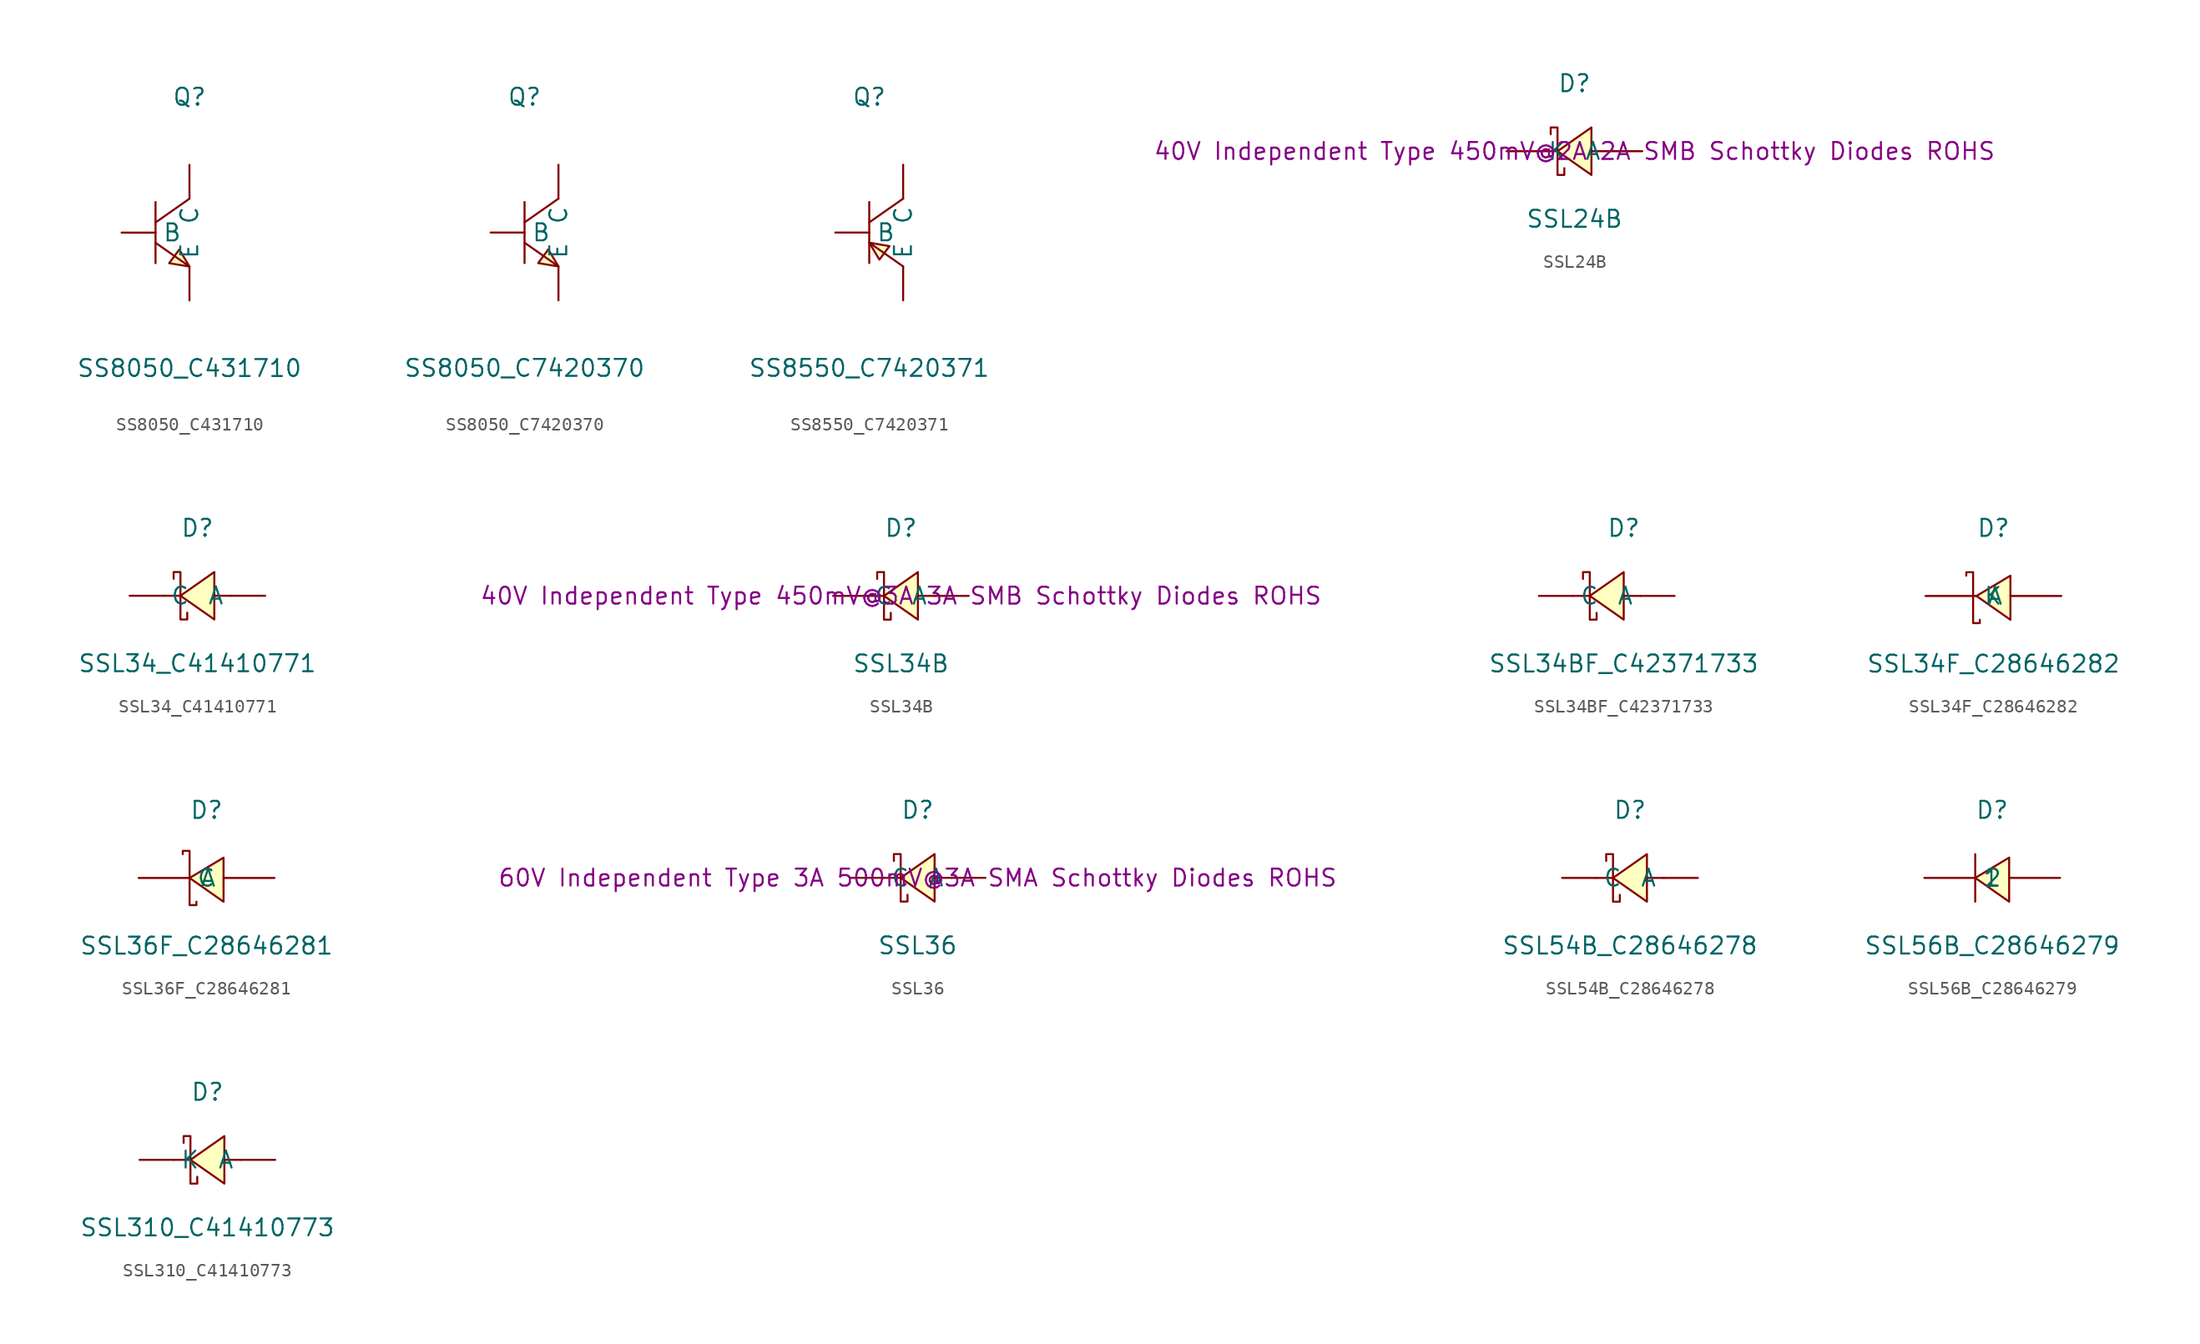
<source format=kicad_sym>
(kicad_symbol_lib
  (version 20241209)
  (generator "kicad_symbol_editor")
  (generator_version "9.0")
  (symbol "SS8050_C431710"
    (pin_numbers
      (hide yes))
    (property "Reference" "Q"
      (at 0 10.16 0)
      (effects (font (size 1.27 1.27))))
    (property "Value" "SS8050_C431710"
      (at 0 -10.16 0)
      (effects (font (size 1.27 1.27))))
    (symbol "SS8050_C431710_0_1"
      (polyline (pts (xy -2.54 2.29) (xy -2.54 -2.29)) (stroke (width 0) (type default)) (fill (type none)))
      (polyline (pts (xy -2.54 -0.76) (xy 0 -2.54)) (stroke (width 0) (type default)) (fill (type none)))
      (polyline (pts (xy 0 2.54) (xy -2.54 0.76)) (stroke (width 0) (type default)) (fill (type none)))
      (polyline (pts (xy 0 -2.54) (xy -0.76 -1.27) (xy -1.52 -2.29) (xy 0 -2.54)) (stroke (width 0) (type default)) (fill (type background)))
      (pin unspecified line (at -5.08 0 0) (length 2.54) (name "B" (effects (font (size 1.27 1.27)))) (number "1" (effects (font (size 1.27 1.27)))))
      (pin unspecified line (at 0 5.08 270) (length 2.54) (name "C" (effects (font (size 1.27 1.27)))) (number "3" (effects (font (size 1.27 1.27)))))
      (pin unspecified line (at 0 -5.08 90) (length 2.54) (name "E" (effects (font (size 1.27 1.27)))) (number "2" (effects (font (size 1.27 1.27)))))))
  (symbol "SS8050_C7420370"
    (pin_numbers
      (hide yes))
    (property "Reference" "Q"
      (at 0 10.16 0)
      (effects (font (size 1.27 1.27))))
    (property "Value" "SS8050_C7420370"
      (at 0 -10.16 0)
      (effects (font (size 1.27 1.27))))
    (symbol "SS8050_C7420370_0_1"
      (polyline (pts (xy 0 2.29) (xy 0 -2.29)) (stroke (width 0) (type default)) (fill (type none)))
      (polyline (pts (xy 0 -0.76) (xy 2.54 -2.54)) (stroke (width 0) (type default)) (fill (type none)))
      (polyline (pts (xy 2.54 2.54) (xy 0 0.76)) (stroke (width 0) (type default)) (fill (type none)))
      (polyline (pts (xy 2.54 -2.54) (xy 1.78 -1.27) (xy 1.02 -2.29) (xy 2.54 -2.54)) (stroke (width 0) (type default)) (fill (type background)))
      (pin input line (at -2.54 0 0) (length 2.54) (name "B" (effects (font (size 1.27 1.27)))) (number "1" (effects (font (size 1.27 1.27)))))
      (pin input line (at 2.54 5.08 270) (length 2.54) (name "C" (effects (font (size 1.27 1.27)))) (number "3" (effects (font (size 1.27 1.27)))))
      (pin input line (at 2.54 -5.08 90) (length 2.54) (name "E" (effects (font (size 1.27 1.27)))) (number "2" (effects (font (size 1.27 1.27)))))))
  (symbol "SS8550_C7420371"
    (pin_numbers
      (hide yes))
    (property "Reference" "Q"
      (at 0 10.16 0)
      (effects (font (size 1.27 1.27))))
    (property "Value" "SS8550_C7420371"
      (at 0 -10.16 0)
      (effects (font (size 1.27 1.27))))
    (symbol "SS8550_C7420371_0_1"
      (polyline (pts (xy 0 2.29) (xy 0 -2.29)) (stroke (width 0) (type default)) (fill (type none)))
      (polyline (pts (xy 0 -0.76) (xy 2.54 -2.54)) (stroke (width 0) (type default)) (fill (type none)))
      (polyline (pts (xy 0 -0.76) (xy 0.76 -2.03) (xy 1.52 -1.02) (xy 0 -0.76)) (stroke (width 0) (type default)) (fill (type background)))
      (polyline (pts (xy 2.54 2.54) (xy 0 0.76)) (stroke (width 0) (type default)) (fill (type none)))
      (pin unspecified line (at -2.54 0 0) (length 2.54) (name "B" (effects (font (size 1.27 1.27)))) (number "1" (effects (font (size 1.27 1.27)))))
      (pin unspecified line (at 2.54 5.08 270) (length 2.54) (name "C" (effects (font (size 1.27 1.27)))) (number "3" (effects (font (size 1.27 1.27)))))
      (pin unspecified line (at 2.54 -5.08 90) (length 2.54) (name "E" (effects (font (size 1.27 1.27)))) (number "2" (effects (font (size 1.27 1.27)))))))
  (symbol "SSL24B"
    (pin_numbers
      (hide yes))
    (property "Reference" "D"
      (at 0 5.08 0)
      (effects (font (size 1.27 1.27))))
    (property "Value" "SSL24B"
      (at 0 -5.08 0)
      (effects (font (size 1.27 1.27))))
    (property "Description" "40V Independent Type 450mV@2A 2A SMB Schottky Diodes ROHS"
      (at 0 0 0)
      (effects (font (size 1.27 1.27))))
    (symbol "SSL24B_0_1"
      (polyline (pts (xy -1.78 1.27) (xy -1.78 1.78) (xy -1.27 1.78) (xy -1.27 -1.78) (xy -0.76 -1.78) (xy -0.76 -1.27)) (stroke (width 0) (type default)) (fill (type none)))
      (polyline (pts (xy -1.27 0) (xy -2.54 0)) (stroke (width 0) (type default)) (fill (type none)))
      (polyline (pts (xy 1.27 1.78) (xy -1.27 0) (xy 1.27 -1.78) (xy 1.27 1.78)) (stroke (width 0) (type default)) (fill (type background)))
      (polyline (pts (xy 2.54 0) (xy 1.27 0)) (stroke (width 0) (type default)) (fill (type none)))
      (pin unspecified line (at -5.08 0 0) (length 2.54) (name "K" (effects (font (size 1.27 1.27)))) (number "1" (effects (font (size 1.27 1.27)))))
      (pin unspecified line (at 5.08 0 180) (length 2.54) (name "A" (effects (font (size 1.27 1.27)))) (number "2" (effects (font (size 1.27 1.27)))))))
  (symbol "SSL34_C41410771"
    (pin_numbers
      (hide yes))
    (property "Reference" "D"
      (at 0 5.08 0)
      (effects (font (size 1.27 1.27))))
    (property "Value" "SSL34_C41410771"
      (at 0 -5.08 0)
      (effects (font (size 1.27 1.27))))
    (symbol "SSL34_C41410771_0_1"
      (polyline (pts (xy -1.78 1.27) (xy -1.78 1.78) (xy -1.27 1.78) (xy -1.27 -1.78) (xy -0.76 -1.78) (xy -0.76 -1.27)) (stroke (width 0) (type default)) (fill (type none)))
      (polyline (pts (xy -1.27 0) (xy -2.54 0)) (stroke (width 0) (type default)) (fill (type none)))
      (polyline (pts (xy 1.27 1.78) (xy -1.27 0) (xy 1.27 -1.78) (xy 1.27 1.78)) (stroke (width 0) (type default)) (fill (type background)))
      (polyline (pts (xy 2.54 0) (xy 1.27 0)) (stroke (width 0) (type default)) (fill (type none)))
      (pin unspecified line (at -5.08 0 0) (length 2.54) (name "C" (effects (font (size 1.27 1.27)))) (number "1" (effects (font (size 1.27 1.27)))))
      (pin unspecified line (at 5.08 0 180) (length 2.54) (name "A" (effects (font (size 1.27 1.27)))) (number "2" (effects (font (size 1.27 1.27)))))))
  (symbol "SSL34B"
    (pin_numbers
      (hide yes))
    (property "Reference" "D"
      (at 0 5.08 0)
      (effects (font (size 1.27 1.27))))
    (property "Value" "SSL34B"
      (at 0 -5.08 0)
      (effects (font (size 1.27 1.27))))
    (property "Description" "40V Independent Type 450mV@3A 3A SMB Schottky Diodes ROHS"
      (at 0 0 0)
      (effects (font (size 1.27 1.27))))
    (symbol "SSL34B_0_1"
      (polyline (pts (xy -1.78 1.27) (xy -1.78 1.78) (xy -1.27 1.78) (xy -1.27 -1.78) (xy -0.76 -1.78) (xy -0.76 -1.27)) (stroke (width 0) (type default)) (fill (type none)))
      (polyline (pts (xy -1.27 0) (xy -2.54 0)) (stroke (width 0) (type default)) (fill (type none)))
      (polyline (pts (xy 1.27 1.78) (xy -1.27 0) (xy 1.27 -1.78) (xy 1.27 1.78)) (stroke (width 0) (type default)) (fill (type background)))
      (polyline (pts (xy 2.54 0) (xy 1.27 0)) (stroke (width 0) (type default)) (fill (type none)))
      (pin unspecified line (at -5.08 0 0) (length 2.54) (name "C" (effects (font (size 1.27 1.27)))) (number "1" (effects (font (size 1.27 1.27)))))
      (pin unspecified line (at 5.08 0 180) (length 2.54) (name "A" (effects (font (size 1.27 1.27)))) (number "2" (effects (font (size 1.27 1.27)))))))
  (symbol "SSL34BF_C42371733"
    (pin_numbers
      (hide yes))
    (property "Reference" "D"
      (at 0 5.08 0)
      (effects (font (size 1.27 1.27))))
    (property "Value" "SSL34BF_C42371733"
      (at 0 -5.08 0)
      (effects (font (size 1.27 1.27))))
    (symbol "SSL34BF_C42371733_0_1"
      (polyline (pts (xy -3.05 1.27) (xy -3.05 1.78) (xy -2.54 1.78) (xy -2.54 -1.78) (xy -2.03 -1.78) (xy -2.03 -1.27)) (stroke (width 0) (type default)) (fill (type none)))
      (polyline (pts (xy -2.54 0) (xy -3.81 0)) (stroke (width 0) (type default)) (fill (type none)))
      (polyline (pts (xy 0 1.78) (xy -2.54 0) (xy 0 -1.78) (xy 0 1.78)) (stroke (width 0) (type default)) (fill (type background)))
      (polyline (pts (xy 1.27 0) (xy 0 0)) (stroke (width 0) (type default)) (fill (type none)))
      (pin unspecified line (at -6.35 0 0) (length 2.54) (name "C" (effects (font (size 1.27 1.27)))) (number "1" (effects (font (size 1.27 1.27)))))
      (pin unspecified line (at 3.81 0 180) (length 2.54) (name "A" (effects (font (size 1.27 1.27)))) (number "2" (effects (font (size 1.27 1.27)))))))
  (symbol "SSL34F_C28646282"
    (pin_numbers
      (hide yes))
    (property "Reference" "D"
      (at 0 5.08 0)
      (effects (font (size 1.27 1.27))))
    (property "Value" "SSL34F_C28646282"
      (at 0 -5.08 0)
      (effects (font (size 1.27 1.27))))
    (symbol "SSL34F_C28646282_0_1"
      (polyline (pts (xy -2.03 1.52) (xy -2.03 1.78) (xy -1.52 1.78) (xy -1.52 -2.03) (xy -1.02 -2.03) (xy -1.02 -1.78)) (stroke (width 0) (type default)) (fill (type none)))
      (polyline (pts (xy 1.27 1.52) (xy -1.27 0) (xy 1.27 -1.78) (xy 1.27 1.52)) (stroke (width 0) (type default)) (fill (type background)))
      (pin unspecified line (at -5.08 0 0) (length 3.81) (name "K" (effects (font (size 1.27 1.27)))) (number "1" (effects (font (size 1.27 1.27)))))
      (pin unspecified line (at 5.08 0 180) (length 3.81) (name "A" (effects (font (size 1.27 1.27)))) (number "2" (effects (font (size 1.27 1.27)))))))
  (symbol "SSL36F_C28646281"
    (pin_numbers
      (hide yes))
    (property "Reference" "D"
      (at 0 6.35 0)
      (effects (font (size 1.27 1.27))))
    (property "Value" "SSL36F_C28646281"
      (at 0 -3.81 0)
      (effects (font (size 1.27 1.27))))
    (symbol "SSL36F_C28646281_0_1"
      (polyline (pts (xy -1.78 3.05) (xy -1.78 3.3) (xy -1.27 3.3) (xy -1.27 -0.76) (xy -0.76 -0.76) (xy -0.76 -0.51)) (stroke (width 0) (type default)) (fill (type none)))
      (polyline (pts (xy 1.27 2.79) (xy -1.27 1.27) (xy 1.27 -0.51) (xy 1.27 2.79)) (stroke (width 0) (type default)) (fill (type background)))
      (pin unspecified line (at -5.08 1.27 0) (length 3.81) (name "C" (effects (font (size 1.27 1.27)))) (number "1" (effects (font (size 1.27 1.27)))))
      (pin unspecified line (at 5.08 1.27 180) (length 3.81) (name "A" (effects (font (size 1.27 1.27)))) (number "2" (effects (font (size 1.27 1.27)))))))
  (symbol "SSL36"
    (pin_numbers
      (hide yes))
    (property "Reference" "D"
      (at 0 5.08 0)
      (effects (font (size 1.27 1.27))))
    (property "Value" "SSL36"
      (at 0 -5.08 0)
      (effects (font (size 1.27 1.27))))
    (property "Description" "60V Independent Type 3A 500mV@3A SMA Schottky Diodes ROHS"
      (at 0 0 0)
      (effects (font (size 1.27 1.27))))
    (symbol "SSL36_0_1"
      (polyline (pts (xy -1.78 1.27) (xy -1.78 1.78) (xy -1.27 1.78) (xy -1.27 -1.78) (xy -0.76 -1.78) (xy -0.76 -1.27)) (stroke (width 0) (type default)) (fill (type none)))
      (polyline (pts (xy -1.27 0) (xy -2.54 0)) (stroke (width 0) (type default)) (fill (type none)))
      (polyline (pts (xy 1.27 1.78) (xy -1.27 0) (xy 1.27 -1.78) (xy 1.27 1.78)) (stroke (width 0) (type default)) (fill (type background)))
      (polyline (pts (xy 2.54 0) (xy 1.27 0)) (stroke (width 0) (type default)) (fill (type none)))
      (pin unspecified line (at -5.08 0 0) (length 2.54) (name "C" (effects (font (size 1.27 1.27)))) (number "1" (effects (font (size 1.27 1.27)))))
      (pin unspecified line (at 5.08 0 180) (length 2.54) (name "A" (effects (font (size 1.27 1.27)))) (number "2" (effects (font (size 1.27 1.27)))))))
  (symbol "SSL54B_C28646278"
    (pin_numbers
      (hide yes))
    (property "Reference" "D"
      (at 0 5.08 0)
      (effects (font (size 1.27 1.27))))
    (property "Value" "SSL54B_C28646278"
      (at 0 -5.08 0)
      (effects (font (size 1.27 1.27))))
    (symbol "SSL54B_C28646278_0_1"
      (polyline (pts (xy -1.78 1.27) (xy -1.78 1.78) (xy -1.27 1.78) (xy -1.27 -1.78) (xy -0.76 -1.78) (xy -0.76 -1.27)) (stroke (width 0) (type default)) (fill (type none)))
      (polyline (pts (xy -1.27 0) (xy -2.54 0)) (stroke (width 0) (type default)) (fill (type none)))
      (polyline (pts (xy 1.27 1.78) (xy -1.27 0) (xy 1.27 -1.78) (xy 1.27 1.78)) (stroke (width 0) (type default)) (fill (type background)))
      (polyline (pts (xy 2.54 0) (xy 1.27 0)) (stroke (width 0) (type default)) (fill (type none)))
      (pin unspecified line (at -5.08 0 0) (length 2.54) (name "C" (effects (font (size 1.27 1.27)))) (number "1" (effects (font (size 1.27 1.27)))))
      (pin unspecified line (at 5.08 0 180) (length 2.54) (name "A" (effects (font (size 1.27 1.27)))) (number "2" (effects (font (size 1.27 1.27)))))))
  (symbol "SSL56B_C28646279"
    (pin_numbers
      (hide yes))
    (property "Reference" "D"
      (at 0 5.08 0)
      (effects (font (size 1.27 1.27))))
    (property "Value" "SSL56B_C28646279"
      (at 0 -5.08 0)
      (effects (font (size 1.27 1.27))))
    (symbol "SSL56B_C28646279_0_1"
      (polyline (pts (xy -1.27 1.78) (xy -1.27 -1.78)) (stroke (width 0) (type default)) (fill (type none)))
      (polyline (pts (xy 1.27 1.52) (xy -1.27 0) (xy 1.27 -1.78) (xy 1.27 1.52)) (stroke (width 0) (type default)) (fill (type background)))
      (pin unspecified line (at -5.08 0 0) (length 3.81) (name "1" (effects (font (size 1.27 1.27)))) (number "1" (effects (font (size 1.27 1.27)))))
      (pin unspecified line (at 5.08 0 180) (length 3.81) (name "2" (effects (font (size 1.27 1.27)))) (number "2" (effects (font (size 1.27 1.27)))))))
  (symbol "SSL310_C41410773"
    (pin_numbers
      (hide yes))
    (property "Reference" "D"
      (at 0 5.08 0)
      (effects (font (size 1.27 1.27))))
    (property "Value" "SSL310_C41410773"
      (at 0 -5.08 0)
      (effects (font (size 1.27 1.27))))
    (symbol "SSL310_C41410773_0_1"
      (polyline (pts (xy -1.78 1.27) (xy -1.78 1.78) (xy -1.27 1.78) (xy -1.27 -1.78) (xy -0.76 -1.78) (xy -0.76 -1.27)) (stroke (width 0) (type default)) (fill (type none)))
      (polyline (pts (xy -1.27 0) (xy -2.54 0)) (stroke (width 0) (type default)) (fill (type none)))
      (polyline (pts (xy 1.27 1.78) (xy -1.27 0) (xy 1.27 -1.78) (xy 1.27 1.78)) (stroke (width 0) (type default)) (fill (type background)))
      (polyline (pts (xy 2.54 0) (xy 1.27 0)) (stroke (width 0) (type default)) (fill (type none)))
      (pin unspecified line (at -5.08 0 0) (length 2.54) (name "K" (effects (font (size 1.27 1.27)))) (number "1" (effects (font (size 1.27 1.27)))))
      (pin unspecified line (at 5.08 0 180) (length 2.54) (name "A" (effects (font (size 1.27 1.27)))) (number "2" (effects (font (size 1.27 1.27))))))))
</source>
